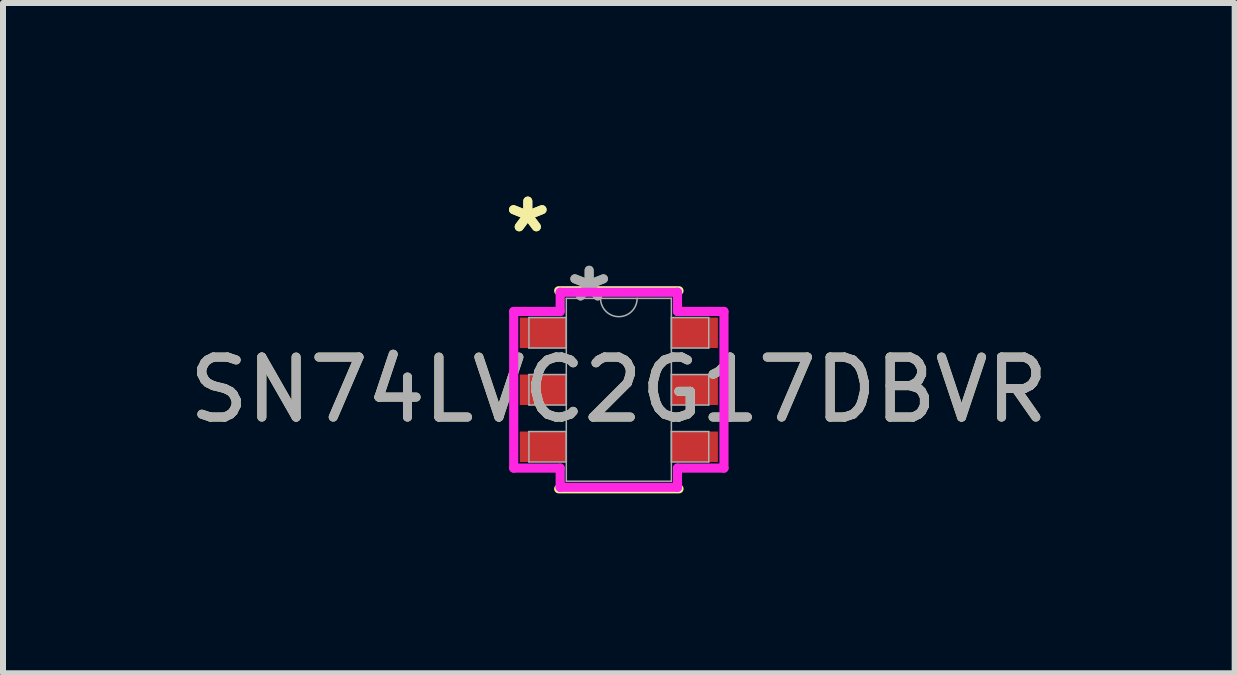
<source format=kicad_pcb>
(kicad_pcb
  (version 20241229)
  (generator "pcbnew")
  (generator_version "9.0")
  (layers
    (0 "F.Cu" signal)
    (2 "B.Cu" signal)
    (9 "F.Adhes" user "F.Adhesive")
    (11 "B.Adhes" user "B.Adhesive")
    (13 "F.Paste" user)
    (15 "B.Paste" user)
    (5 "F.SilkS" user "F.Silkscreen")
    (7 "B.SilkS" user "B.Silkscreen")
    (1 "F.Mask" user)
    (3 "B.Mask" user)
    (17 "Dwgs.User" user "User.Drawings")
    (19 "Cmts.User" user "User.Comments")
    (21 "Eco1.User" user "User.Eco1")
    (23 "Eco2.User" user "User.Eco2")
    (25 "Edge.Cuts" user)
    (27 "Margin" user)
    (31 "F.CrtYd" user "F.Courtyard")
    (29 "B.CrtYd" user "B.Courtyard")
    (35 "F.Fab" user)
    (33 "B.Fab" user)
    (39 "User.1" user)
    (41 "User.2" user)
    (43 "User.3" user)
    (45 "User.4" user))
  (footprint "SN74LVC2G17DBVR"
    (layer "F.Cu")
    (at 7.268 3.449)
    (property "Reference" "SN74LVC2G17DBVR" (at 0 0 0) (unlocked yes) (layer "F.SilkS") (effects (font (size 1 1) (thickness 0.15))))
    (attr smd)
    (fp_line (start -1.003 1.651) (end 1.003 1.651) (stroke (width 0.152) (type solid)) (layer "F.SilkS"))
    (fp_line (start 1.003 -1.651) (end -1.003 -1.651) (stroke (width 0.152) (type solid)) (layer "F.SilkS"))
    (fp_line (start -1.753 -1.306) (end -0.978 -1.306) (stroke (width 0.152) (type solid)) (layer "F.CrtYd"))
    (fp_line (start -1.753 1.306) (end -1.753 -1.306) (stroke (width 0.152) (type solid)) (layer "F.CrtYd"))
    (fp_line (start -1.753 1.306) (end -0.978 1.306) (stroke (width 0.152) (type solid)) (layer "F.CrtYd"))
    (fp_line (start -0.978 -1.626) (end 0.978 -1.626) (stroke (width 0.152) (type solid)) (layer "F.CrtYd"))
    (fp_line (start -0.978 -1.306) (end -0.978 -1.626) (stroke (width 0.152) (type solid)) (layer "F.CrtYd"))
    (fp_line (start -0.978 1.626) (end -0.978 1.306) (stroke (width 0.152) (type solid)) (layer "F.CrtYd"))
    (fp_line (start 0.978 -1.626) (end 0.978 -1.306) (stroke (width 0.152) (type solid)) (layer "F.CrtYd"))
    (fp_line (start 0.978 1.306) (end 0.978 1.626) (stroke (width 0.152) (type solid)) (layer "F.CrtYd"))
    (fp_line (start 0.978 1.626) (end -0.978 1.626) (stroke (width 0.152) (type solid)) (layer "F.CrtYd"))
    (fp_line (start 1.753 -1.306) (end 0.978 -1.306) (stroke (width 0.152) (type solid)) (layer "F.CrtYd"))
    (fp_line (start 1.753 -1.306) (end 1.753 1.306) (stroke (width 0.152) (type solid)) (layer "F.CrtYd"))
    (fp_line (start 1.753 1.306) (end 0.978 1.306) (stroke (width 0.152) (type solid)) (layer "F.CrtYd"))
    (fp_line (start -1.499 -1.204) (end -1.499 -0.696) (stroke (width 0.025) (type solid)) (layer "F.Fab"))
    (fp_line (start -1.499 -0.696) (end -0.876 -0.696) (stroke (width 0.025) (type solid)) (layer "F.Fab"))
    (fp_line (start -1.499 -0.254) (end -1.499 0.254) (stroke (width 0.025) (type solid)) (layer "F.Fab"))
    (fp_line (start -1.499 0.254) (end -0.876 0.254) (stroke (width 0.025) (type solid)) (layer "F.Fab"))
    (fp_line (start -1.499 0.696) (end -1.499 1.204) (stroke (width 0.025) (type solid)) (layer "F.Fab"))
    (fp_line (start -1.499 1.204) (end -0.876 1.204) (stroke (width 0.025) (type solid)) (layer "F.Fab"))
    (fp_line (start -0.876 -1.524) (end -0.876 1.524) (stroke (width 0.025) (type solid)) (layer "F.Fab"))
    (fp_line (start -0.876 -1.204) (end -1.499 -1.204) (stroke (width 0.025) (type solid)) (layer "F.Fab"))
    (fp_line (start -0.876 -0.696) (end -0.876 -1.204) (stroke (width 0.025) (type solid)) (layer "F.Fab"))
    (fp_line (start -0.876 -0.254) (end -1.499 -0.254) (stroke (width 0.025) (type solid)) (layer "F.Fab"))
    (fp_line (start -0.876 0.254) (end -0.876 -0.254) (stroke (width 0.025) (type solid)) (layer "F.Fab"))
    (fp_line (start -0.876 0.696) (end -1.499 0.696) (stroke (width 0.025) (type solid)) (layer "F.Fab"))
    (fp_line (start -0.876 1.204) (end -0.876 0.696) (stroke (width 0.025) (type solid)) (layer "F.Fab"))
    (fp_line (start -0.876 1.524) (end 0.876 1.524) (stroke (width 0.025) (type solid)) (layer "F.Fab"))
    (fp_line (start 0.876 -1.524) (end -0.876 -1.524) (stroke (width 0.025) (type solid)) (layer "F.Fab"))
    (fp_line (start 0.876 -1.204) (end 0.876 -0.696) (stroke (width 0.025) (type solid)) (layer "F.Fab"))
    (fp_line (start 0.876 -0.696) (end 1.499 -0.696) (stroke (width 0.025) (type solid)) (layer "F.Fab"))
    (fp_line (start 0.876 -0.254) (end 0.876 0.254) (stroke (width 0.025) (type solid)) (layer "F.Fab"))
    (fp_line (start 0.876 0.254) (end 1.499 0.254) (stroke (width 0.025) (type solid)) (layer "F.Fab"))
    (fp_line (start 0.876 0.696) (end 0.876 1.204) (stroke (width 0.025) (type solid)) (layer "F.Fab"))
    (fp_line (start 0.876 1.204) (end 1.499 1.204) (stroke (width 0.025) (type solid)) (layer "F.Fab"))
    (fp_line (start 0.876 1.524) (end 0.876 -1.524) (stroke (width 0.025) (type solid)) (layer "F.Fab"))
    (fp_line (start 1.499 -1.204) (end 0.876 -1.204) (stroke (width 0.025) (type solid)) (layer "F.Fab"))
    (fp_line (start 1.499 -0.696) (end 1.499 -1.204) (stroke (width 0.025) (type solid)) (layer "F.Fab"))
    (fp_line (start 1.499 -0.254) (end 0.876 -0.254) (stroke (width 0.025) (type solid)) (layer "F.Fab"))
    (fp_line (start 1.499 0.254) (end 1.499 -0.254) (stroke (width 0.025) (type solid)) (layer "F.Fab"))
    (fp_line (start 1.499 0.696) (end 0.876 0.696) (stroke (width 0.025) (type solid)) (layer "F.Fab"))
    (fp_line (start 1.499 1.204) (end 1.499 0.696) (stroke (width 0.025) (type solid)) (layer "F.Fab"))
    (fp_arc (start 0.3048 -1.524) (mid 0 -1.2192) (end -0.3048 -1.524) (stroke (width 0.0254) (type solid)) (layer "F.Fab"))
    (fp_text user "*" (at -1.518 -2.601 0) (layer "F.SilkS") (effects (font (size 1 1) (thickness 0.15))))
    (fp_text user "*" (at -1.518 -2.601 0) (unlocked yes) (layer "F.SilkS") (effects (font (size 1 1) (thickness 0.15))))
    (fp_text user "${REFERENCE}" (at 0 0 0) (unlocked yes) (layer "F.Fab") (effects (font (size 1 1) (thickness 0.15))))
    (fp_text user "*" (at -0.495 -1.448 0) (layer "F.Fab") (effects (font (size 1 1) (thickness 0.15))))
    (fp_text user "*" (at -0.495 -1.448 0) (unlocked yes) (layer "F.Fab") (effects (font (size 1 1) (thickness 0.15))))
    (pad "1" smd rect (at -1.264 -0.95) (size 0.775 0.508) (layers "F.Cu" "F.Mask" "F.Paste"))
    (pad "2" smd rect (at -1.264 0) (size 0.775 0.508) (layers "F.Cu" "F.Mask" "F.Paste"))
    (pad "3" smd rect (at -1.264 0.95) (size 0.775 0.508) (layers "F.Cu" "F.Mask" "F.Paste"))
    (pad "4" smd rect (at 1.264 0.95) (size 0.775 0.508) (layers "F.Cu" "F.Mask" "F.Paste"))
    (pad "5" smd rect (at 1.264 0) (size 0.775 0.508) (layers "F.Cu" "F.Mask" "F.Paste"))
    (pad "6" smd rect (at 1.264 -0.95) (size 0.775 0.508) (layers "F.Cu" "F.Mask" "F.Paste")))
  (gr_rect
    (start -3 -3)
    (end 17.536 8.176)
    (stroke (width 0.1) (type default))
    (fill no)
    (layer "Edge.Cuts")))
</source>
